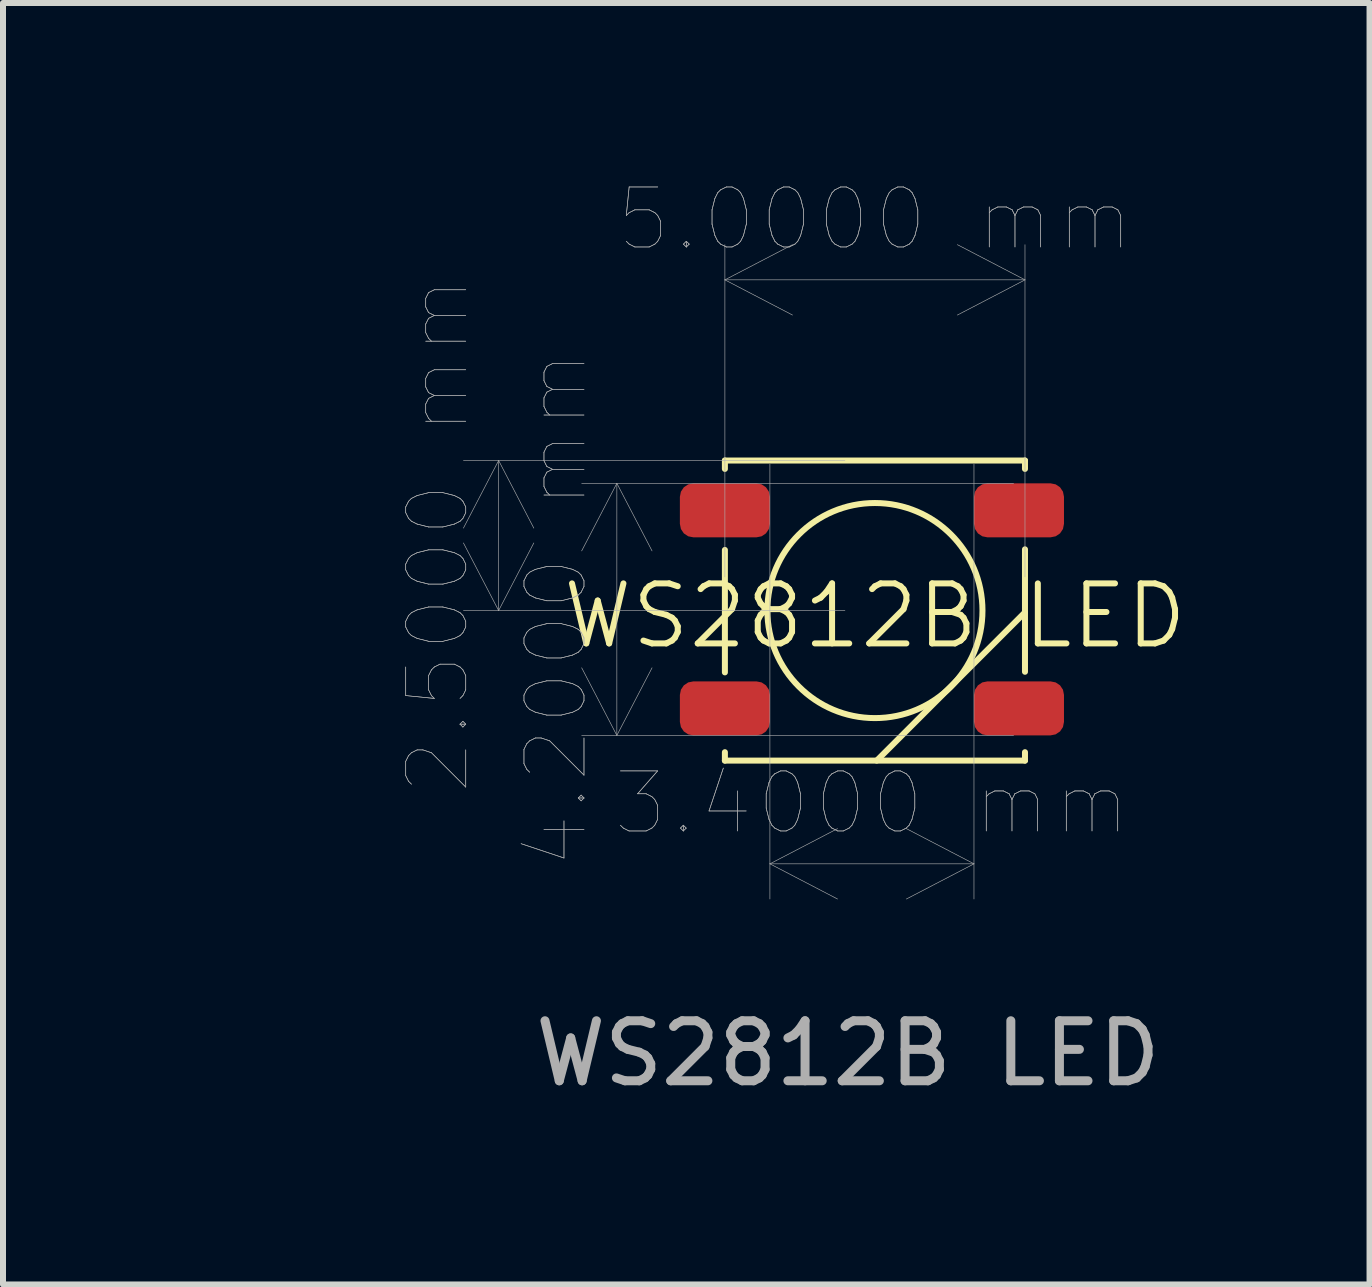
<source format=kicad_pcb>
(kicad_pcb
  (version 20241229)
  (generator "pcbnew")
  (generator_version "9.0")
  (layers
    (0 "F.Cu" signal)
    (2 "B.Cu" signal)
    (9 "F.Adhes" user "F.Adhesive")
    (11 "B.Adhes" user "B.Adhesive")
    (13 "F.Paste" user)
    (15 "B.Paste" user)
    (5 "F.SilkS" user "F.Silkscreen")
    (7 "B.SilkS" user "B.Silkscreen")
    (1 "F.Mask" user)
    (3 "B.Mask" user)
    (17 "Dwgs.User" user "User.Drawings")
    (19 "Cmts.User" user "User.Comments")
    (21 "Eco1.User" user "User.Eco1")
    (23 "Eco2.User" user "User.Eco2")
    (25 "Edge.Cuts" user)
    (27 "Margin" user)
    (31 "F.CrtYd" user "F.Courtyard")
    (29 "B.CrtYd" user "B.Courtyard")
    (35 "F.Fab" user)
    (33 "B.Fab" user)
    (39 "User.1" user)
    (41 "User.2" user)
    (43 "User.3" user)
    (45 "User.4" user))
  (footprint "WS2812B LED"
    (layer "F.Cu")
    (at 11.528 7.123)
    (property "Reference" "WS2812B LED" (at 0 0.09 0) (unlocked yes) (layer "F.SilkS") (effects (font (size 1 1) (thickness 0.1))))
    (attr smd)
    (fp_line (start -2.5 -2.5) (end -2.5 -2.36) (stroke (width 0.1) (type default)) (layer "F.SilkS"))
    (fp_line (start -2.5 -2.5) (end 2.5 -2.5) (stroke (width 0.1) (type default)) (layer "F.SilkS"))
    (fp_line (start -2.5 -1.01) (end -2.5 1.03) (stroke (width 0.1) (type default)) (layer "F.SilkS"))
    (fp_line (start -2.5 2.36) (end -2.5 2.5) (stroke (width 0.1) (type default)) (layer "F.SilkS"))
    (fp_line (start -2.5 2.5) (end 2.5 2.5) (stroke (width 0.1) (type default)) (layer "F.SilkS"))
    (fp_line (start 2.5 0.03) (end 0.03 2.5) (stroke (width 0.1) (type default)) (layer "F.SilkS"))
    (fp_line (start 2.5 -2.5) (end 2.5 -2.36) (stroke (width 0.1) (type default)) (layer "F.SilkS"))
    (fp_line (start 2.5 -1.02) (end 2.5 1.02) (stroke (width 0.1) (type default)) (layer "F.SilkS"))
    (fp_line (start 2.5 2.36) (end 2.5 2.5) (stroke (width 0.1) (type default)) (layer "F.SilkS"))
    (fp_circle (center 0 0) (end 1.267 -1.267) (stroke (width 0.1) (type default)) (fill no) (layer "F.SilkS"))
    (fp_text user "${REFERENCE}" (at -0.45 7.38 0) (unlocked yes) (layer "F.Fab") (effects (font (size 1 1) (thickness 0.15))))
    (dimension (type aligned) (layer "F.Fab") (pts (xy 9.778 4.183) (xy 13.178 4.183)) (height 7.16) (format (prefix "") (suffix "") (units 3) (units_format 1) (precision 4)) (style (thickness 0.01) (arrow_length 1.27) (text_position_mode 0) (arrow_direction outward) (extension_height 0.586) (extension_offset 0.5) (keep_text_aligned yes)) (gr_text "3.4000 mm" (at 11.478 10.333 0) (layer "F.Fab") (effects (font (size 1 1) (thickness 0.01)))))
    (dimension (type aligned) (layer "F.Fab") (pts (xy 11.528 4.623) (xy 11.528 7.123)) (height 6.27) (format (prefix "") (suffix "") (units 3) (units_format 1) (precision 4)) (style (thickness 0.01) (arrow_length 1.27) (text_position_mode 0) (arrow_direction outward) (extension_height 0.586) (extension_offset 0.5) (keep_text_aligned yes)) (gr_text "2.5000 mm" (at 4.248 5.873 90) (layer "F.Fab") (effects (font (size 1 1) (thickness 0.01)))))
    (dimension (type aligned) (layer "F.Fab") (pts (xy 14.338 5.003) (xy 14.338 9.203)) (height 7.11) (format (prefix "") (suffix "") (units 3) (units_format 1) (precision 4)) (style (thickness 0.01) (arrow_length 1.27) (text_position_mode 0) (arrow_direction outward) (extension_height 0.586) (extension_offset 0.5) (keep_text_aligned yes)) (gr_text "4.2000 mm" (at 6.218 7.103 90) (layer "F.Fab") (effects (font (size 1 1) (thickness 0.01)))))
    (dimension (type aligned) (layer "F.Fab") (pts (xy 9.028 7.063) (xy 14.028 7.063)) (height -5.45) (format (prefix "") (suffix "") (units 3) (units_format 1) (precision 4)) (style (thickness 0.01) (arrow_length 1.27) (text_position_mode 0) (arrow_direction outward) (extension_height 0.586) (extension_offset 0.5) (keep_text_aligned yes)) (gr_text "5.0000 mm" (at 11.528 0.603 0) (layer "F.Fab") (effects (font (size 1 1) (thickness 0.01)))))
    (dimension (type aligned) (layer "User.1") (pts (xy 9.028 7.063) (xy 11.528 7.063)) (height -3.88) (format (prefix "") (suffix "") (units 3) (units_format 1) (precision 4)) (style (thickness 0.01) (arrow_length 1.27) (text_position_mode 0) (arrow_direction outward) (extension_height 0.586) (extension_offset 0.5) (keep_text_aligned yes)) (gr_text "2.5000 mm" (at 10.278 2.173 0) (layer "User.1") (effects (font (size 1 1) (thickness 0.01)))))
    (pad "1" smd roundrect (at -2.5 -1.67) (size 1.5 0.9) (layers "F.Cu" "F.Mask" "F.Paste") (roundrect_rratio 0.25))
    (pad "2" smd roundrect (at -2.5 1.63) (size 1.5 0.9) (layers "F.Cu" "F.Mask" "F.Paste") (roundrect_rratio 0.25))
    (pad "3" smd roundrect (at 2.4 1.63) (size 1.5 0.9) (layers "F.Cu" "F.Mask" "F.Paste") (roundrect_rratio 0.25))
    (pad "4" smd roundrect (at 2.4 -1.67) (size 1.5 0.9) (layers "F.Cu" "F.Mask" "F.Paste") (roundrect_rratio 0.25)))
  (gr_rect
    (start -3 -3)
    (end 19.769 18.351)
    (stroke (width 0.1) (type default))
    (fill no)
    (layer "Edge.Cuts")))
</source>
